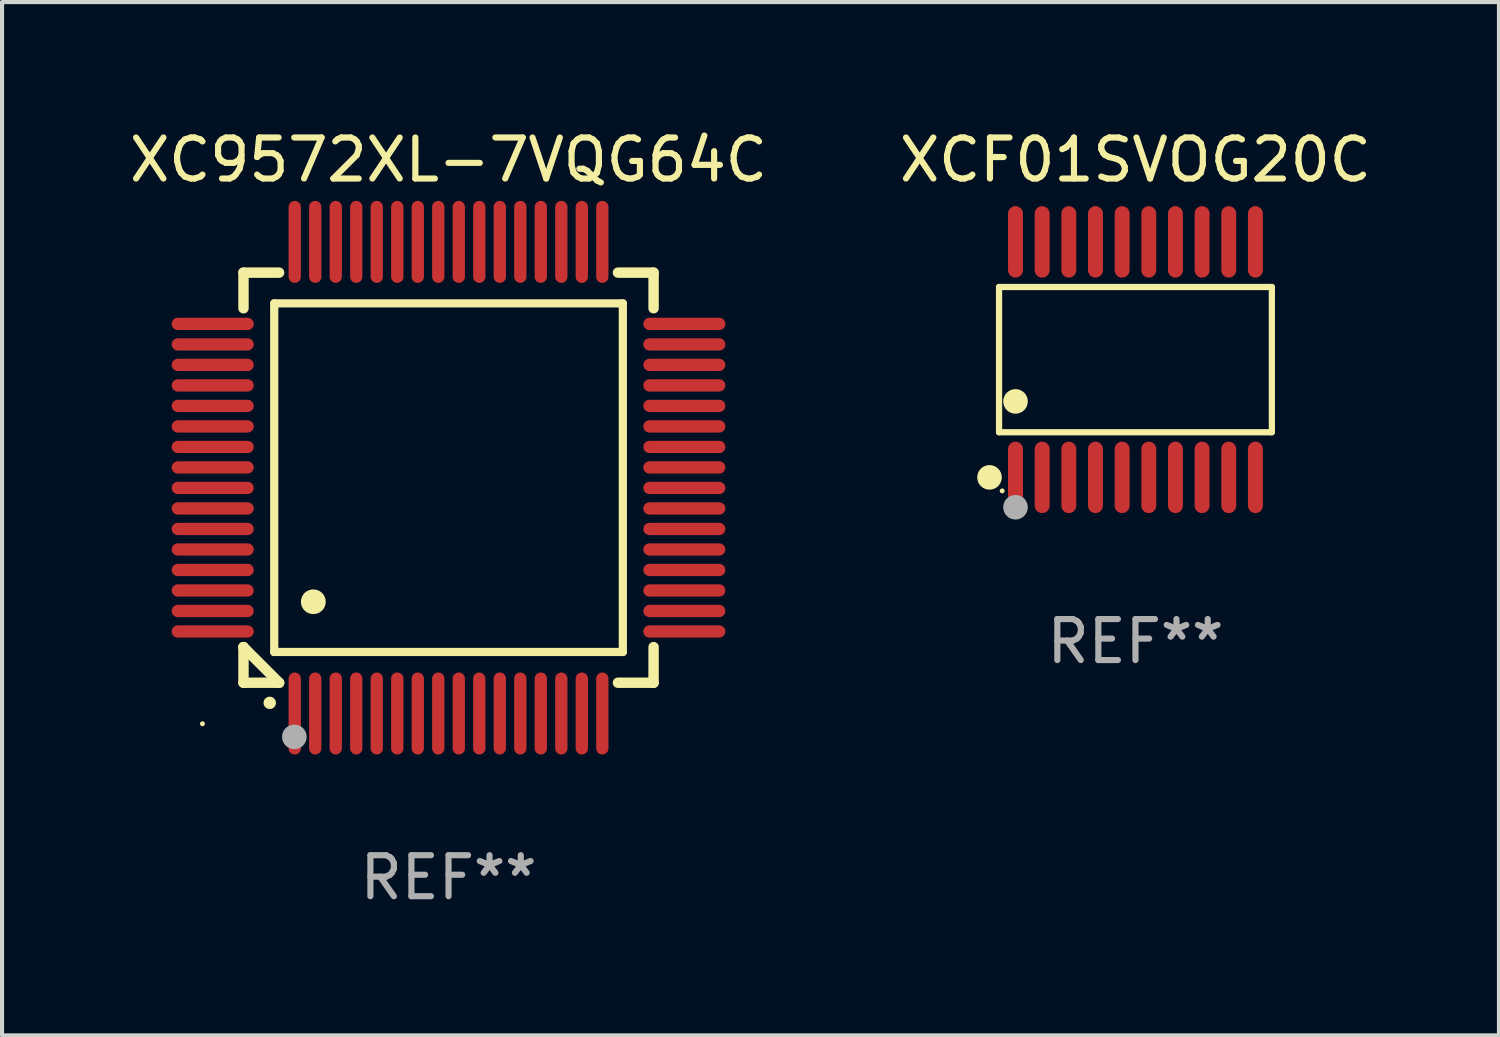
<source format=kicad_pcb>
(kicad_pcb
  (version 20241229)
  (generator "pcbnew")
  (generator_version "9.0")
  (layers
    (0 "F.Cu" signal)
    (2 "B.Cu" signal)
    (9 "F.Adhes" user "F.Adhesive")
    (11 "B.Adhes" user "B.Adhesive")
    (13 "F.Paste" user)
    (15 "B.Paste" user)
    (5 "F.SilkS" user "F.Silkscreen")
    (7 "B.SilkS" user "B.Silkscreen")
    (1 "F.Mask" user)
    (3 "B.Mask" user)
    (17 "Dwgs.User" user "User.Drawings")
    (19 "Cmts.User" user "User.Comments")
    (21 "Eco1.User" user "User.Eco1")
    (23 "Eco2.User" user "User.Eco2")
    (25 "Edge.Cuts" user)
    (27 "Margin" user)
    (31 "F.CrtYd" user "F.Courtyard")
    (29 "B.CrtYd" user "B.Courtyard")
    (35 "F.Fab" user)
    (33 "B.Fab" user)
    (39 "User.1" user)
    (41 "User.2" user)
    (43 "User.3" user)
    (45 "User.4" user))
  (footprint "XC9572XL-7VQG64C"
    (layer "F.Cu")
    (at 7.887 8.598)
    (property "Reference" "XC9572XL-7VQG64C" (at 0 -7.75 0) (layer "F.SilkS") (effects (font (size 1 1) (thickness 0.15))))
    (attr through_hole)
    (fp_line (start -5 -5) (end -4.131 -5) (stroke (width 0.254) (type solid)) (layer "F.SilkS"))
    (fp_line (start -5 -4.131) (end -5 -5) (stroke (width 0.254) (type solid)) (layer "F.SilkS"))
    (fp_line (start -5 4.131) (end -5 4.131) (stroke (width 0.254) (type solid)) (layer "F.SilkS"))
    (fp_line (start -5 5) (end -5 4.131) (stroke (width 0.254) (type solid)) (layer "F.SilkS"))
    (fp_line (start -5 4.131) (end -4.131 5) (stroke (width 0.254) (type solid)) (layer "F.SilkS"))
    (fp_line (start -4.25 -4.25) (end -4.25 4.25) (stroke (width 0.2) (type solid)) (layer "F.SilkS"))
    (fp_line (start -4.25 4.25) (end 4.25 4.25) (stroke (width 0.2) (type solid)) (layer "F.SilkS"))
    (fp_line (start -4.131 5) (end -5 5) (stroke (width 0.254) (type solid)) (layer "F.SilkS"))
    (fp_line (start 4.25 -4.25) (end -4.25 -4.25) (stroke (width 0.2) (type solid)) (layer "F.SilkS"))
    (fp_line (start 4.25 4.25) (end 4.25 -4.25) (stroke (width 0.2) (type solid)) (layer "F.SilkS"))
    (fp_line (start 5 -5) (end 4.131 -5) (stroke (width 0.254) (type solid)) (layer "F.SilkS"))
    (fp_line (start 5 -5) (end 5 -4.131) (stroke (width 0.254) (type solid)) (layer "F.SilkS"))
    (fp_line (start 5 4.131) (end 5 5) (stroke (width 0.254) (type solid)) (layer "F.SilkS"))
    (fp_line (start 5 5) (end 4.131 5) (stroke (width 0.254) (type solid)) (layer "F.SilkS"))
    (fp_arc (start -4.361265 5.489992) (mid -4.359995 5.489987) (end -4.358725 5.489992) (stroke (width 0.3) (type solid)) (layer "F.SilkS"))
    (fp_arc (start -3.299467 3.025146) (mid -3.296927 3.025135) (end -3.294387 3.025146) (stroke (width 0.6) (type solid)) (layer "F.SilkS"))
    (fp_circle (center -6 6) (end -5.97 6) (stroke (width 0.06) (type solid)) (fill no) (layer "F.SilkS"))
    (fp_circle (center -3.76 6.32) (end -3.61 6.32) (stroke (width 0.3) (type solid)) (fill no) (layer "F.Fab"))
    (fp_text user "REF**" (at 0 9.75 0) (layer "F.Fab") (effects (font (size 1 1) (thickness 0.15))))
    (pad "1" smd oval (at -3.75 5.75) (size 0.3 2) (layers "F.Cu" "F.Mask" "F.Paste"))
    (pad "2" smd oval (at -3.25 5.75) (size 0.3 2) (layers "F.Cu" "F.Mask" "F.Paste"))
    (pad "3" smd oval (at -2.75 5.75) (size 0.3 2) (layers "F.Cu" "F.Mask" "F.Paste"))
    (pad "4" smd oval (at -2.25 5.75) (size 0.3 2) (layers "F.Cu" "F.Mask" "F.Paste"))
    (pad "5" smd oval (at -1.75 5.75) (size 0.3 2) (layers "F.Cu" "F.Mask" "F.Paste"))
    (pad "6" smd oval (at -1.25 5.75) (size 0.3 2) (layers "F.Cu" "F.Mask" "F.Paste"))
    (pad "7" smd oval (at -0.75 5.75) (size 0.3 2) (layers "F.Cu" "F.Mask" "F.Paste"))
    (pad "8" smd oval (at -0.25 5.75) (size 0.3 2) (layers "F.Cu" "F.Mask" "F.Paste"))
    (pad "9" smd oval (at 0.25 5.75) (size 0.3 2) (layers "F.Cu" "F.Mask" "F.Paste"))
    (pad "10" smd oval (at 0.75 5.75) (size 0.3 2) (layers "F.Cu" "F.Mask" "F.Paste"))
    (pad "11" smd oval (at 1.25 5.75) (size 0.3 2) (layers "F.Cu" "F.Mask" "F.Paste"))
    (pad "12" smd oval (at 1.75 5.75) (size 0.3 2) (layers "F.Cu" "F.Mask" "F.Paste"))
    (pad "13" smd oval (at 2.25 5.75) (size 0.3 2) (layers "F.Cu" "F.Mask" "F.Paste"))
    (pad "14" smd oval (at 2.75 5.75) (size 0.3 2) (layers "F.Cu" "F.Mask" "F.Paste"))
    (pad "15" smd oval (at 3.25 5.75) (size 0.3 2) (layers "F.Cu" "F.Mask" "F.Paste"))
    (pad "16" smd oval (at 3.75 5.75) (size 0.3 2) (layers "F.Cu" "F.Mask" "F.Paste"))
    (pad "17" smd oval (at 5.75 3.75) (size 2 0.3) (layers "F.Cu" "F.Mask" "F.Paste"))
    (pad "18" smd oval (at 5.75 3.25) (size 2 0.3) (layers "F.Cu" "F.Mask" "F.Paste"))
    (pad "19" smd oval (at 5.75 2.75) (size 2 0.3) (layers "F.Cu" "F.Mask" "F.Paste"))
    (pad "20" smd oval (at 5.75 2.25) (size 2 0.3) (layers "F.Cu" "F.Mask" "F.Paste"))
    (pad "21" smd oval (at 5.75 1.75) (size 2 0.3) (layers "F.Cu" "F.Mask" "F.Paste"))
    (pad "22" smd oval (at 5.75 1.25) (size 2 0.3) (layers "F.Cu" "F.Mask" "F.Paste"))
    (pad "23" smd oval (at 5.75 0.75) (size 2 0.3) (layers "F.Cu" "F.Mask" "F.Paste"))
    (pad "24" smd oval (at 5.75 0.25) (size 2 0.3) (layers "F.Cu" "F.Mask" "F.Paste"))
    (pad "25" smd oval (at 5.75 -0.25) (size 2 0.3) (layers "F.Cu" "F.Mask" "F.Paste"))
    (pad "26" smd oval (at 5.75 -0.75) (size 2 0.3) (layers "F.Cu" "F.Mask" "F.Paste"))
    (pad "27" smd oval (at 5.75 -1.25) (size 2 0.3) (layers "F.Cu" "F.Mask" "F.Paste"))
    (pad "28" smd oval (at 5.75 -1.75) (size 2 0.3) (layers "F.Cu" "F.Mask" "F.Paste"))
    (pad "29" smd oval (at 5.75 -2.25) (size 2 0.3) (layers "F.Cu" "F.Mask" "F.Paste"))
    (pad "30" smd oval (at 5.75 -2.75) (size 2 0.3) (layers "F.Cu" "F.Mask" "F.Paste"))
    (pad "31" smd oval (at 5.75 -3.25) (size 2 0.3) (layers "F.Cu" "F.Mask" "F.Paste"))
    (pad "32" smd oval (at 5.75 -3.75) (size 2 0.3) (layers "F.Cu" "F.Mask" "F.Paste"))
    (pad "33" smd oval (at 3.75 -5.75) (size 0.3 2) (layers "F.Cu" "F.Mask" "F.Paste"))
    (pad "34" smd oval (at 3.25 -5.75) (size 0.3 2) (layers "F.Cu" "F.Mask" "F.Paste"))
    (pad "35" smd oval (at 2.75 -5.75) (size 0.3 2) (layers "F.Cu" "F.Mask" "F.Paste"))
    (pad "36" smd oval (at 2.25 -5.75) (size 0.3 2) (layers "F.Cu" "F.Mask" "F.Paste"))
    (pad "37" smd oval (at 1.75 -5.75) (size 0.3 2) (layers "F.Cu" "F.Mask" "F.Paste"))
    (pad "38" smd oval (at 1.25 -5.75) (size 0.3 2) (layers "F.Cu" "F.Mask" "F.Paste"))
    (pad "39" smd oval (at 0.75 -5.75) (size 0.3 2) (layers "F.Cu" "F.Mask" "F.Paste"))
    (pad "40" smd oval (at 0.25 -5.75) (size 0.3 2) (layers "F.Cu" "F.Mask" "F.Paste"))
    (pad "41" smd oval (at -0.25 -5.75) (size 0.3 2) (layers "F.Cu" "F.Mask" "F.Paste"))
    (pad "42" smd oval (at -0.75 -5.75) (size 0.3 2) (layers "F.Cu" "F.Mask" "F.Paste"))
    (pad "43" smd oval (at -1.25 -5.75) (size 0.3 2) (layers "F.Cu" "F.Mask" "F.Paste"))
    (pad "44" smd oval (at -1.75 -5.75) (size 0.3 2) (layers "F.Cu" "F.Mask" "F.Paste"))
    (pad "45" smd oval (at -2.25 -5.75) (size 0.3 2) (layers "F.Cu" "F.Mask" "F.Paste"))
    (pad "46" smd oval (at -2.75 -5.75) (size 0.3 2) (layers "F.Cu" "F.Mask" "F.Paste"))
    (pad "47" smd oval (at -3.25 -5.75) (size 0.3 2) (layers "F.Cu" "F.Mask" "F.Paste"))
    (pad "48" smd oval (at -3.75 -5.75) (size 0.3 2) (layers "F.Cu" "F.Mask" "F.Paste"))
    (pad "49" smd oval (at -5.75 -3.75) (size 2 0.3) (layers "F.Cu" "F.Mask" "F.Paste"))
    (pad "50" smd oval (at -5.75 -3.25) (size 2 0.3) (layers "F.Cu" "F.Mask" "F.Paste"))
    (pad "51" smd oval (at -5.75 -2.75) (size 2 0.3) (layers "F.Cu" "F.Mask" "F.Paste"))
    (pad "52" smd oval (at -5.75 -2.25) (size 2 0.3) (layers "F.Cu" "F.Mask" "F.Paste"))
    (pad "53" smd oval (at -5.75 -1.75) (size 2 0.3) (layers "F.Cu" "F.Mask" "F.Paste"))
    (pad "54" smd oval (at -5.75 -1.25) (size 2 0.3) (layers "F.Cu" "F.Mask" "F.Paste"))
    (pad "55" smd oval (at -5.75 -0.75) (size 2 0.3) (layers "F.Cu" "F.Mask" "F.Paste"))
    (pad "56" smd oval (at -5.75 -0.25) (size 2 0.3) (layers "F.Cu" "F.Mask" "F.Paste"))
    (pad "57" smd oval (at -5.75 0.25) (size 2 0.3) (layers "F.Cu" "F.Mask" "F.Paste"))
    (pad "58" smd oval (at -5.75 0.75) (size 2 0.3) (layers "F.Cu" "F.Mask" "F.Paste"))
    (pad "59" smd oval (at -5.75 1.25) (size 2 0.3) (layers "F.Cu" "F.Mask" "F.Paste"))
    (pad "60" smd oval (at -5.75 1.75) (size 2 0.3) (layers "F.Cu" "F.Mask" "F.Paste"))
    (pad "61" smd oval (at -5.75 2.25) (size 2 0.3) (layers "F.Cu" "F.Mask" "F.Paste"))
    (pad "62" smd oval (at -5.75 2.75) (size 2 0.3) (layers "F.Cu" "F.Mask" "F.Paste"))
    (pad "63" smd oval (at -5.75 3.25) (size 2 0.3) (layers "F.Cu" "F.Mask" "F.Paste"))
    (pad "64" smd oval (at -5.75 3.75) (size 2 0.3) (layers "F.Cu" "F.Mask" "F.Paste")))
  (footprint "XCF01SVOG20C"
    (layer "F.Cu")
    (at 24.637 5.719)
    (property "Reference" "XCF01SVOG20C" (at 0 -4.871 0) (layer "F.SilkS") (effects (font (size 1 1) (thickness 0.15))))
    (attr through_hole)
    (fp_line (start -3.326 -1.771) (end 3.326 -1.771) (stroke (width 0.152) (type solid)) (layer "F.SilkS"))
    (fp_line (start -3.326 1.771) (end -3.326 -1.771) (stroke (width 0.152) (type solid)) (layer "F.SilkS"))
    (fp_line (start 3.326 -1.771) (end 3.326 1.771) (stroke (width 0.152) (type solid)) (layer "F.SilkS"))
    (fp_line (start 3.326 1.771) (end -3.326 1.771) (stroke (width 0.152) (type solid)) (layer "F.SilkS"))
    (fp_circle (center -3.559 2.871) (end -3.409 2.871) (stroke (width 0.3) (type solid)) (fill no) (layer "F.SilkS"))
    (fp_circle (center -3.25 3.2) (end -3.22 3.2) (stroke (width 0.06) (type solid)) (fill no) (layer "F.SilkS"))
    (fp_circle (center -2.925 1.019) (end -2.775 1.019) (stroke (width 0.3) (type solid)) (fill no) (layer "F.SilkS"))
    (fp_circle (center -2.925 3.6) (end -2.775 3.6) (stroke (width 0.3) (type solid)) (fill no) (layer "F.Fab"))
    (fp_text user "REF**" (at 0 6.871 0) (layer "F.Fab") (effects (font (size 1 1) (thickness 0.15))))
    (pad "1" smd oval (at -2.925 2.871) (size 0.364 1.742) (layers "F.Cu" "F.Mask" "F.Paste"))
    (pad "2" smd oval (at -2.275 2.871) (size 0.364 1.742) (layers "F.Cu" "F.Mask" "F.Paste"))
    (pad "3" smd oval (at -1.625 2.871) (size 0.364 1.742) (layers "F.Cu" "F.Mask" "F.Paste"))
    (pad "4" smd oval (at -0.975 2.871) (size 0.364 1.742) (layers "F.Cu" "F.Mask" "F.Paste"))
    (pad "5" smd oval (at -0.325 2.871) (size 0.364 1.742) (layers "F.Cu" "F.Mask" "F.Paste"))
    (pad "6" smd oval (at 0.325 2.871) (size 0.364 1.742) (layers "F.Cu" "F.Mask" "F.Paste"))
    (pad "7" smd oval (at 0.975 2.871) (size 0.364 1.742) (layers "F.Cu" "F.Mask" "F.Paste"))
    (pad "8" smd oval (at 1.625 2.871) (size 0.364 1.742) (layers "F.Cu" "F.Mask" "F.Paste"))
    (pad "9" smd oval (at 2.275 2.871) (size 0.364 1.742) (layers "F.Cu" "F.Mask" "F.Paste"))
    (pad "10" smd oval (at 2.925 2.871) (size 0.364 1.742) (layers "F.Cu" "F.Mask" "F.Paste"))
    (pad "11" smd oval (at 2.925 -2.871) (size 0.364 1.742) (layers "F.Cu" "F.Mask" "F.Paste"))
    (pad "12" smd oval (at 2.275 -2.871) (size 0.364 1.742) (layers "F.Cu" "F.Mask" "F.Paste"))
    (pad "13" smd oval (at 1.625 -2.871) (size 0.364 1.742) (layers "F.Cu" "F.Mask" "F.Paste"))
    (pad "14" smd oval (at 0.975 -2.871) (size 0.364 1.742) (layers "F.Cu" "F.Mask" "F.Paste"))
    (pad "15" smd oval (at 0.325 -2.871) (size 0.364 1.742) (layers "F.Cu" "F.Mask" "F.Paste"))
    (pad "16" smd oval (at -0.325 -2.871) (size 0.364 1.742) (layers "F.Cu" "F.Mask" "F.Paste"))
    (pad "17" smd oval (at -0.975 -2.871) (size 0.364 1.742) (layers "F.Cu" "F.Mask" "F.Paste"))
    (pad "18" smd oval (at -1.625 -2.871) (size 0.364 1.742) (layers "F.Cu" "F.Mask" "F.Paste"))
    (pad "19" smd oval (at -2.275 -2.871) (size 0.364 1.742) (layers "F.Cu" "F.Mask" "F.Paste"))
    (pad "20" smd oval (at -2.925 -2.871) (size 0.364 1.742) (layers "F.Cu" "F.Mask" "F.Paste")))
  (gr_rect
    (start -3 -3)
    (end 33.5 22.196)
    (stroke (width 0.1) (type default))
    (fill no)
    (layer "Edge.Cuts")))
</source>
